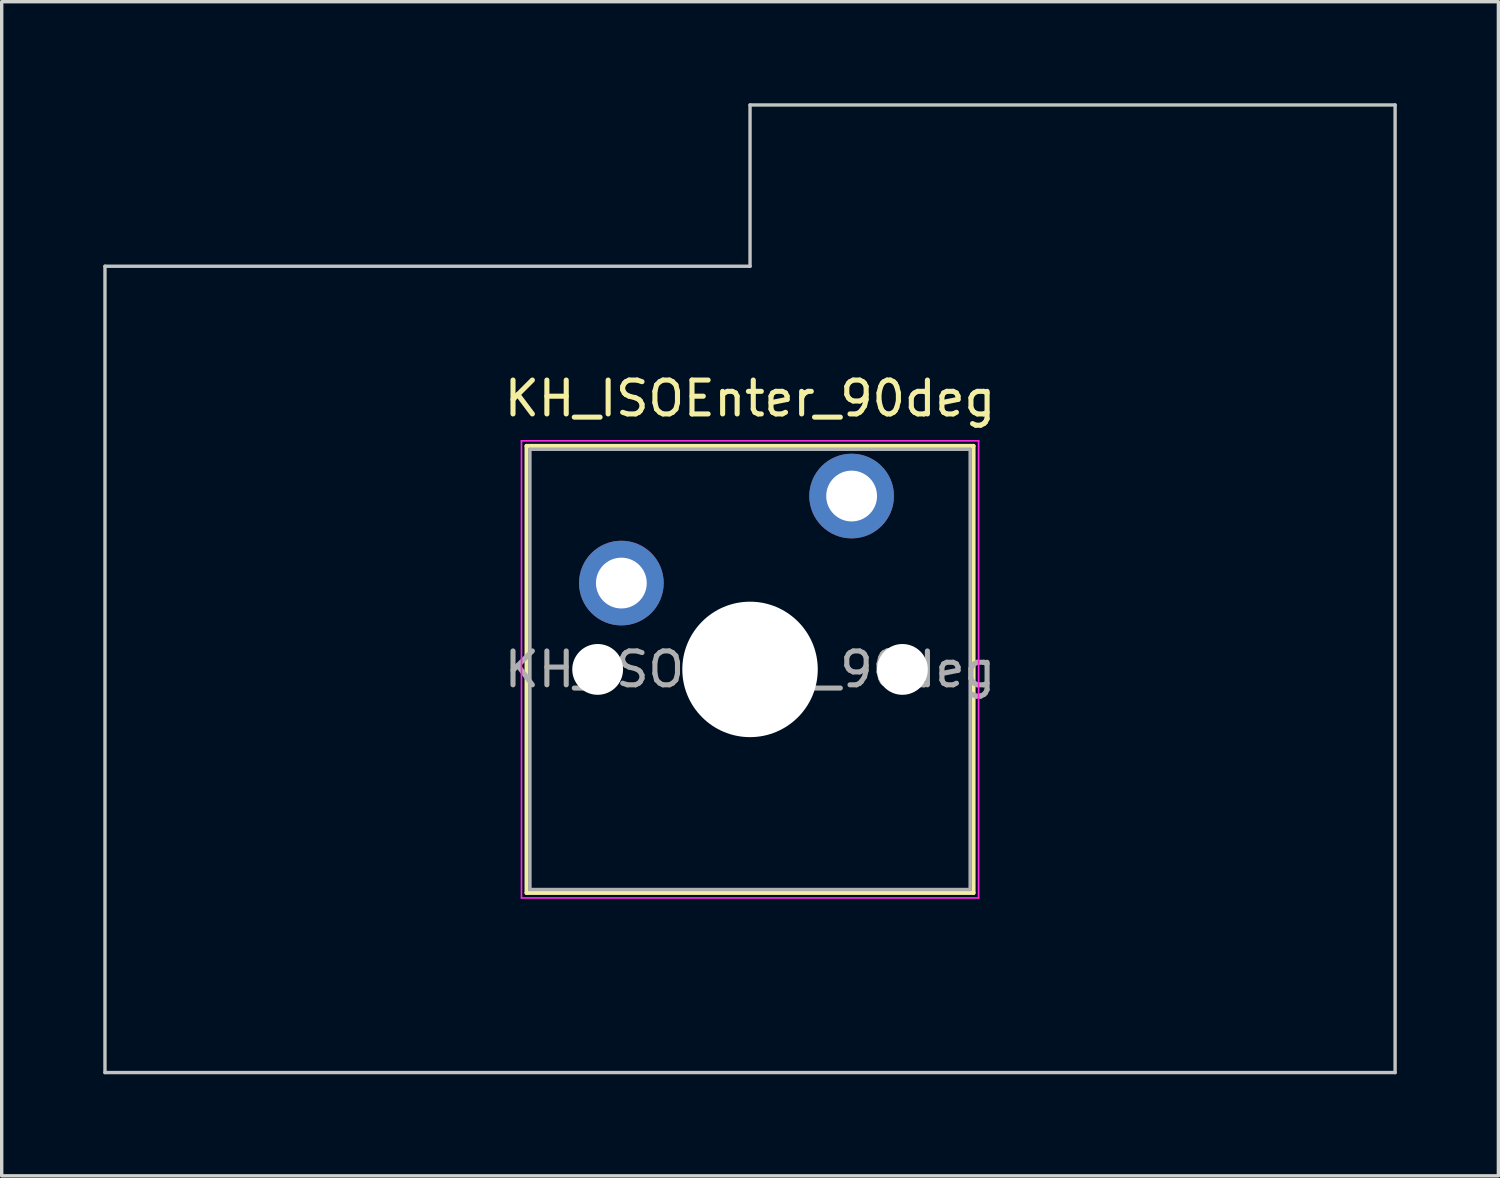
<source format=kicad_pcb>
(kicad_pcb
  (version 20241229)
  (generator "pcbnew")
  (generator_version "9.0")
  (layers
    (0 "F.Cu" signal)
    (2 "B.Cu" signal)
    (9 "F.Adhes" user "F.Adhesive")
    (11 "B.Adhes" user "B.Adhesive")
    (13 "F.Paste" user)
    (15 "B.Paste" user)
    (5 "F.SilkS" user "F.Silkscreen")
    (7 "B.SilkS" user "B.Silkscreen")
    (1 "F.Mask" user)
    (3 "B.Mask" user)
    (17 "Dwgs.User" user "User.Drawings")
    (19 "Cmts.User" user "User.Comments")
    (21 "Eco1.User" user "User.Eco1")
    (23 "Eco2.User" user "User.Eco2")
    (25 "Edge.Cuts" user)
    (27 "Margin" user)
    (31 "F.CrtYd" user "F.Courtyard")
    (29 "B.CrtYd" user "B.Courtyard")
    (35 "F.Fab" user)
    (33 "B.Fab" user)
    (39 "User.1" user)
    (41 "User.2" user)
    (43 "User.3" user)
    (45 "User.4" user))
  (footprint "KH_ISOEnter_90deg"
    (layer "F.Cu")
    (at 19.1 16.719)
    (property "Reference" "KH_ISOEnter_90deg" (at 0 -8 0) (layer "F.SilkS") (effects (font (size 1 1) (thickness 0.15))))
    (attr through_hole)
    (fp_line (start -6.6 -6.6) (end -6.6 6.6) (stroke (width 0.12) (type solid)) (layer "F.SilkS"))
    (fp_line (start -6.6 6.6) (end 6.6 6.6) (stroke (width 0.12) (type solid)) (layer "F.SilkS"))
    (fp_line (start 6.6 -6.6) (end -6.6 -6.6) (stroke (width 0.12) (type solid)) (layer "F.SilkS"))
    (fp_line (start 6.6 6.6) (end 6.6 -6.6) (stroke (width 0.12) (type solid)) (layer "F.SilkS"))
    (fp_line (start -19.05 -11.906) (end -19.05 11.906) (stroke (width 0.1) (type solid)) (layer "Dwgs.User"))
    (fp_line (start -19.05 11.906) (end 19.05 11.906) (stroke (width 0.1) (type solid)) (layer "Dwgs.User"))
    (fp_line (start 0 -16.669) (end 0 -11.906) (stroke (width 0.1) (type solid)) (layer "Dwgs.User"))
    (fp_line (start 0 -11.906) (end -19.05 -11.906) (stroke (width 0.1) (type solid)) (layer "Dwgs.User"))
    (fp_line (start 19.05 -16.669) (end 0 -16.669) (stroke (width 0.1) (type solid)) (layer "Dwgs.User"))
    (fp_line (start 19.05 11.906) (end 19.05 -16.669) (stroke (width 0.1) (type solid)) (layer "Dwgs.User"))
    (fp_line (start -6.1 -6.1) (end -6.1 6.1) (stroke (width 0.1) (type solid)) (layer "Eco1.User"))
    (fp_line (start -6.1 6.1) (end 6.1 6.1) (stroke (width 0.1) (type solid)) (layer "Eco1.User"))
    (fp_line (start 6.1 -6.1) (end -6.1 -6.1) (stroke (width 0.1) (type solid)) (layer "Eco1.User"))
    (fp_line (start 6.1 6.1) (end 6.1 -6.1) (stroke (width 0.1) (type solid)) (layer "Eco1.User"))
    (fp_line (start -6.75 -6.75) (end -6.75 6.75) (stroke (width 0.05) (type solid)) (layer "F.CrtYd"))
    (fp_line (start -6.75 6.75) (end 6.75 6.75) (stroke (width 0.05) (type solid)) (layer "F.CrtYd"))
    (fp_line (start 6.75 -6.75) (end -6.75 -6.75) (stroke (width 0.05) (type solid)) (layer "F.CrtYd"))
    (fp_line (start 6.75 6.75) (end 6.75 -6.75) (stroke (width 0.05) (type solid)) (layer "F.CrtYd"))
    (fp_line (start -6.5 -6.5) (end -6.5 6.5) (stroke (width 0.1) (type solid)) (layer "F.Fab"))
    (fp_line (start -6.5 6.5) (end 6.5 6.5) (stroke (width 0.1) (type solid)) (layer "F.Fab"))
    (fp_line (start 6.5 -6.5) (end -6.5 -6.5) (stroke (width 0.1) (type solid)) (layer "F.Fab"))
    (fp_line (start 6.5 6.5) (end 6.5 -6.5) (stroke (width 0.1) (type solid)) (layer "F.Fab"))
    (fp_text user "${REFERENCE}" (at 0 0 0) (layer "F.Fab") (effects (font (size 1 1) (thickness 0.15))))
    (pad "" np_thru_hole circle (at -4.5 0) (size 1.5 1.5) (drill 1.5) (layers "*.Cu" "*.Mask"))
    (pad "" np_thru_hole circle (at 0 0) (size 4 4) (drill 4) (layers "*.Cu" "*.Mask"))
    (pad "" np_thru_hole circle (at 4.5 0) (size 1.5 1.5) (drill 1.5) (layers "*.Cu" "*.Mask"))
    (pad "1" thru_hole circle (at -3.8 -2.55) (size 2.5 2.5) (drill 1.5) (layers "*.Cu" "*.Mask"))
    (pad "2" thru_hole circle (at 3 -5.12) (size 2.5 2.5) (drill 1.5) (layers "*.Cu" "*.Mask")))
  (gr_rect
    (start -3 -3)
    (end 41.2 31.675)
    (stroke (width 0.1) (type default))
    (fill no)
    (layer "Edge.Cuts")))
</source>
